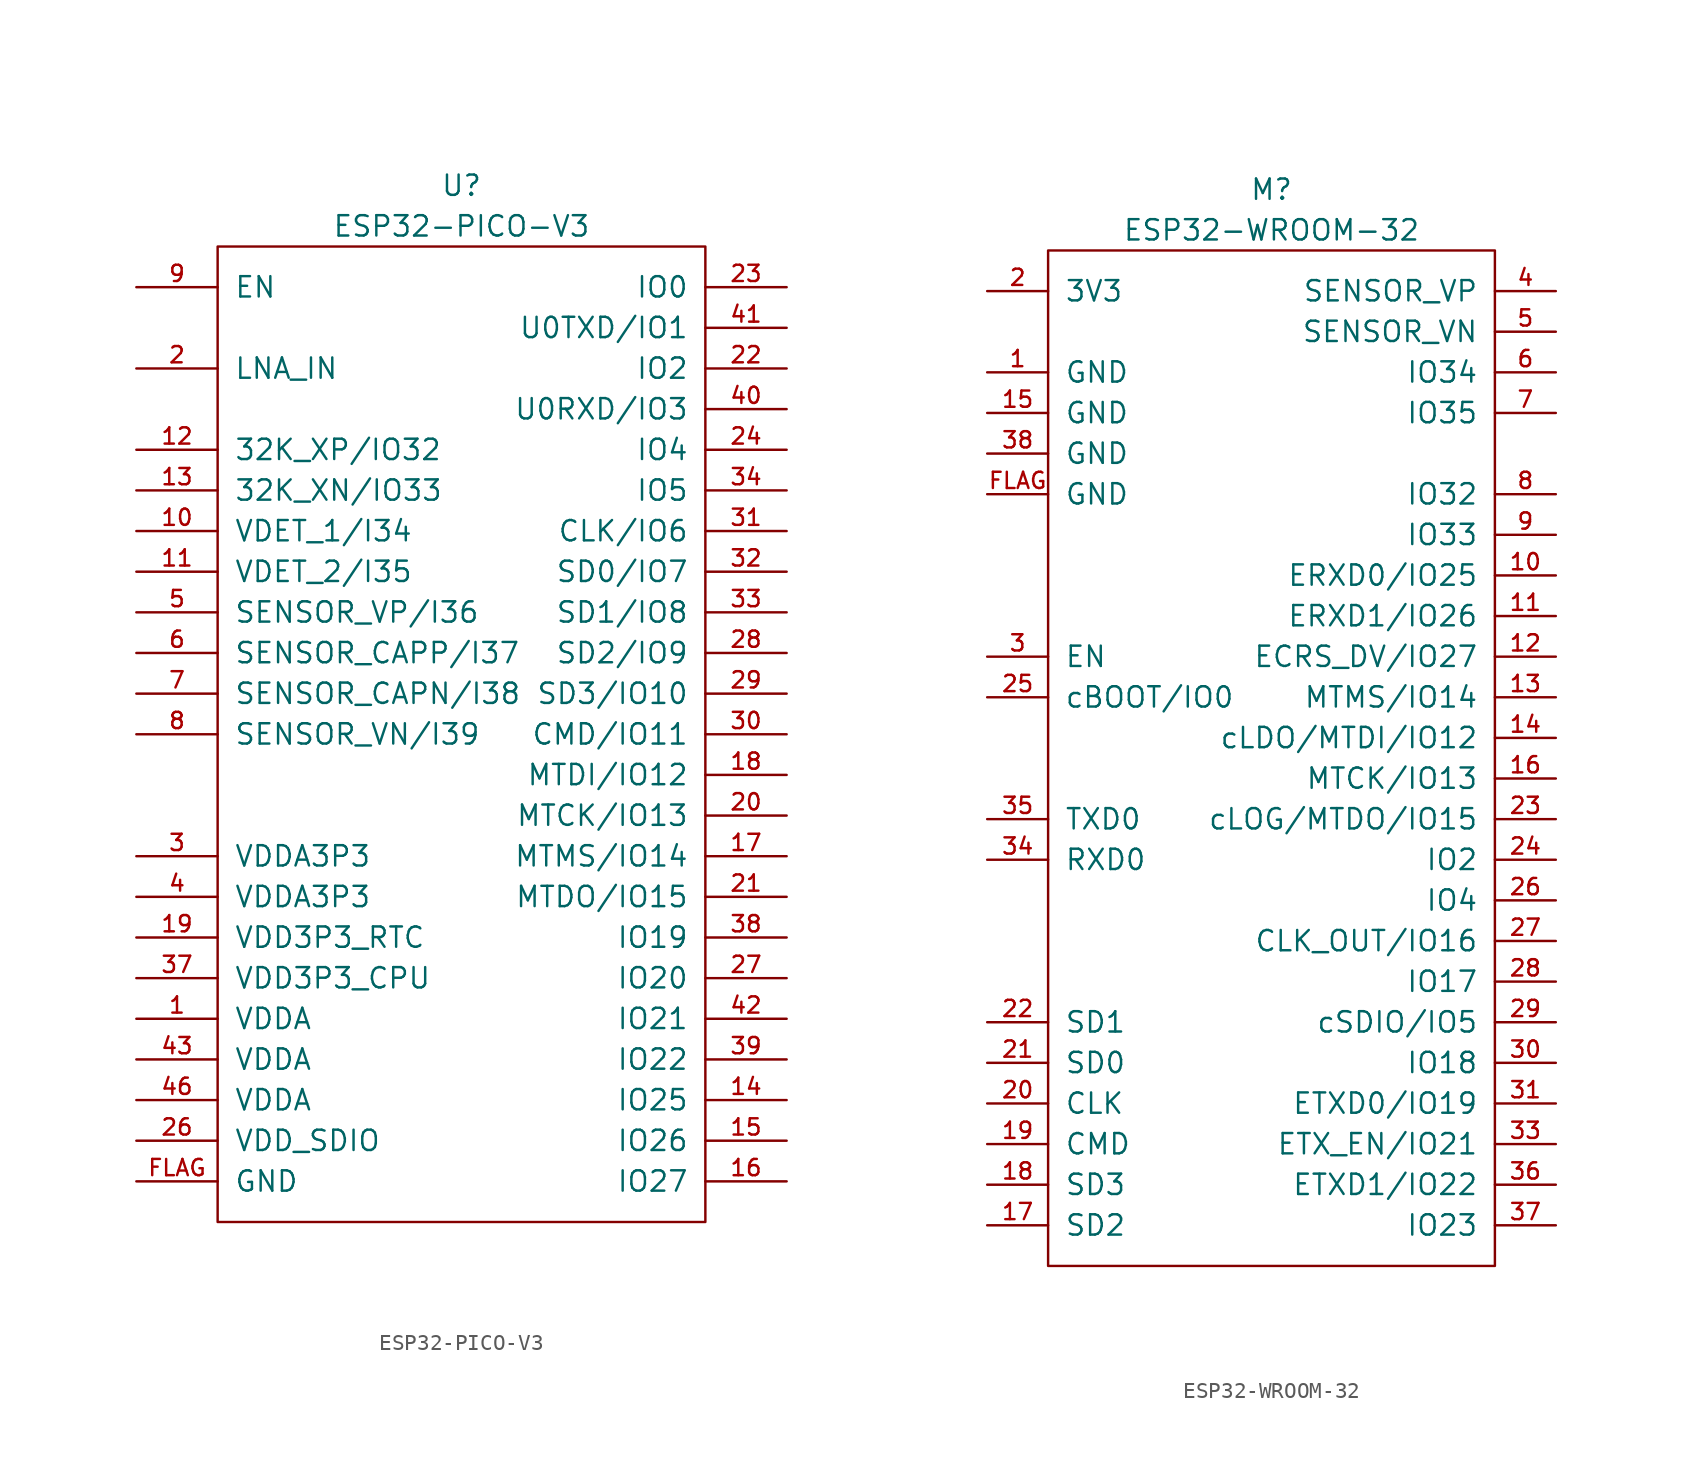
<source format=kicad_sym>
(kicad_symbol_lib
  (version 20211014)
  (generator kicad_symbol_editor)
  (symbol "ESP32-PICO-V3"
    (pin_names
      (offset 1.016))
    (property "Reference" "U"
      (at 0 3.81 0)
      (effects (font (size 1.27 1.27))))
    (property "Value" "ESP32-PICO-V3"
      (at 0 1.27 0)
      (effects (font (size 1.27 1.27))))
    (symbol "ESP32-PICO-V3_0_1"
      (rectangle (start -15.24 0) (end 15.24 -60.96) (stroke (width 0) (type default) (color 0 0 0 0)) (fill (type none))))
    (symbol "ESP32-PICO-V3_1_1"
      (pin power_in line (at -20.32 -48.26 0) (length 5.08) (name "VDDA" (effects (font (size 1.27 1.27)))) (number "1" (effects (font (size 1.016 1.016)))))
      (pin input line (at -20.32 -17.78 0) (length 5.08) (name "VDET_1/I34" (effects (font (size 1.27 1.27)))) (number "10" (effects (font (size 1.016 1.016)))))
      (pin input line (at -20.32 -20.32 0) (length 5.08) (name "VDET_2/I35" (effects (font (size 1.27 1.27)))) (number "11" (effects (font (size 1.016 1.016)))))
      (pin tri_state line (at -20.32 -12.7 0) (length 5.08) (name "32K_XP/IO32" (effects (font (size 1.27 1.27)))) (number "12" (effects (font (size 1.016 1.016)))))
      (pin tri_state line (at -20.32 -15.24 0) (length 5.08) (name "32K_XN/IO33" (effects (font (size 1.27 1.27)))) (number "13" (effects (font (size 1.016 1.016)))))
      (pin tri_state line (at 20.32 -53.34 180) (length 5.08) (name "IO25" (effects (font (size 1.27 1.27)))) (number "14" (effects (font (size 1.016 1.016)))))
      (pin tri_state line (at 20.32 -55.88 180) (length 5.08) (name "IO26" (effects (font (size 1.27 1.27)))) (number "15" (effects (font (size 1.016 1.016)))))
      (pin tri_state line (at 20.32 -58.42 180) (length 5.08) (name "IO27" (effects (font (size 1.27 1.27)))) (number "16" (effects (font (size 1.016 1.016)))))
      (pin tri_state line (at 20.32 -38.1 180) (length 5.08) (name "MTMS/IO14" (effects (font (size 1.27 1.27)))) (number "17" (effects (font (size 1.016 1.016)))))
      (pin tri_state line (at 20.32 -33.02 180) (length 5.08) (name "MTDI/IO12" (effects (font (size 1.27 1.27)))) (number "18" (effects (font (size 1.016 1.016)))))
      (pin power_in line (at -20.32 -43.18 0) (length 5.08) (name "VDD3P3_RTC" (effects (font (size 1.27 1.27)))) (number "19" (effects (font (size 1.016 1.016)))))
      (pin passive line (at -20.32 -7.62 0) (length 5.08) (name "LNA_IN" (effects (font (size 1.27 1.27)))) (number "2" (effects (font (size 1.016 1.016)))))
      (pin tri_state line (at 20.32 -35.56 180) (length 5.08) (name "MTCK/IO13" (effects (font (size 1.27 1.27)))) (number "20" (effects (font (size 1.016 1.016)))))
      (pin tri_state line (at 20.32 -40.64 180) (length 5.08) (name "MTDO/IO15" (effects (font (size 1.27 1.27)))) (number "21" (effects (font (size 1.016 1.016)))))
      (pin tri_state line (at 20.32 -7.62 180) (length 5.08) (name "IO2" (effects (font (size 1.27 1.27)))) (number "22" (effects (font (size 1.016 1.016)))))
      (pin tri_state line (at 20.32 -2.54 180) (length 5.08) (name "IO0" (effects (font (size 1.27 1.27)))) (number "23" (effects (font (size 1.016 1.016)))))
      (pin tri_state line (at 20.32 -12.7 180) (length 5.08) (name "IO4" (effects (font (size 1.27 1.27)))) (number "24" (effects (font (size 1.016 1.016)))))
      (pin power_out line (at -20.32 -55.88 0) (length 5.08) (name "VDD_SDIO" (effects (font (size 1.27 1.27)))) (number "26" (effects (font (size 1.016 1.016)))))
      (pin tri_state line (at 20.32 -45.72 180) (length 5.08) (name "IO20" (effects (font (size 1.27 1.27)))) (number "27" (effects (font (size 1.016 1.016)))))
      (pin tri_state line (at 20.32 -25.4 180) (length 5.08) (name "SD2/IO9" (effects (font (size 1.27 1.27)))) (number "28" (effects (font (size 1.016 1.016)))))
      (pin tri_state line (at 20.32 -27.94 180) (length 5.08) (name "SD3/IO10" (effects (font (size 1.27 1.27)))) (number "29" (effects (font (size 1.016 1.016)))))
      (pin power_in line (at -20.32 -38.1 0) (length 5.08) (name "VDDA3P3" (effects (font (size 1.27 1.27)))) (number "3" (effects (font (size 1.016 1.016)))))
      (pin tri_state line (at 20.32 -30.48 180) (length 5.08) (name "CMD/IO11" (effects (font (size 1.27 1.27)))) (number "30" (effects (font (size 1.016 1.016)))))
      (pin tri_state line (at 20.32 -17.78 180) (length 5.08) (name "CLK/IO6" (effects (font (size 1.27 1.27)))) (number "31" (effects (font (size 1.016 1.016)))))
      (pin tri_state line (at 20.32 -20.32 180) (length 5.08) (name "SD0/IO7" (effects (font (size 1.27 1.27)))) (number "32" (effects (font (size 1.016 1.016)))))
      (pin tri_state line (at 20.32 -22.86 180) (length 5.08) (name "SD1/IO8" (effects (font (size 1.27 1.27)))) (number "33" (effects (font (size 1.016 1.016)))))
      (pin tri_state line (at 20.32 -15.24 180) (length 5.08) (name "IO5" (effects (font (size 1.27 1.27)))) (number "34" (effects (font (size 1.016 1.016)))))
      (pin power_in line (at -20.32 -45.72 0) (length 5.08) (name "VDD3P3_CPU" (effects (font (size 1.27 1.27)))) (number "37" (effects (font (size 1.016 1.016)))))
      (pin tri_state line (at 20.32 -43.18 180) (length 5.08) (name "IO19" (effects (font (size 1.27 1.27)))) (number "38" (effects (font (size 1.016 1.016)))))
      (pin tri_state line (at 20.32 -50.8 180) (length 5.08) (name "IO22" (effects (font (size 1.27 1.27)))) (number "39" (effects (font (size 1.016 1.016)))))
      (pin power_in line (at -20.32 -40.64 0) (length 5.08) (name "VDDA3P3" (effects (font (size 1.27 1.27)))) (number "4" (effects (font (size 1.016 1.016)))))
      (pin tri_state line (at 20.32 -10.16 180) (length 5.08) (name "U0RXD/IO3" (effects (font (size 1.27 1.27)))) (number "40" (effects (font (size 1.016 1.016)))))
      (pin tri_state line (at 20.32 -5.08 180) (length 5.08) (name "U0TXD/IO1" (effects (font (size 1.27 1.27)))) (number "41" (effects (font (size 1.016 1.016)))))
      (pin tri_state line (at 20.32 -48.26 180) (length 5.08) (name "IO21" (effects (font (size 1.27 1.27)))) (number "42" (effects (font (size 1.016 1.016)))))
      (pin power_in line (at -20.32 -50.8 0) (length 5.08) (name "VDDA" (effects (font (size 1.27 1.27)))) (number "43" (effects (font (size 1.016 1.016)))))
      (pin power_in line (at -20.32 -53.34 0) (length 5.08) (name "VDDA" (effects (font (size 1.27 1.27)))) (number "46" (effects (font (size 1.016 1.016)))))
      (pin input line (at -20.32 -22.86 0) (length 5.08) (name "SENSOR_VP/I36" (effects (font (size 1.27 1.27)))) (number "5" (effects (font (size 1.016 1.016)))))
      (pin input line (at -20.32 -25.4 0) (length 5.08) (name "SENSOR_CAPP/I37" (effects (font (size 1.27 1.27)))) (number "6" (effects (font (size 1.016 1.016)))))
      (pin input line (at -20.32 -27.94 0) (length 5.08) (name "SENSOR_CAPN/I38" (effects (font (size 1.27 1.27)))) (number "7" (effects (font (size 1.016 1.016)))))
      (pin input line (at -20.32 -30.48 0) (length 5.08) (name "SENSOR_VN/I39" (effects (font (size 1.27 1.27)))) (number "8" (effects (font (size 1.016 1.016)))))
      (pin input line (at -20.32 -2.54 0) (length 5.08) (name "EN" (effects (font (size 1.27 1.27)))) (number "9" (effects (font (size 1.016 1.016)))))
      (pin power_in line (at -20.32 -58.42 0) (length 5.08) (name "GND" (effects (font (size 1.27 1.27)))) (number "FLAG" (effects (font (size 1.016 1.016)))))))
  (symbol "ESP32-WROOM-32"
    (pin_names
      (offset 1.016))
    (property "Reference" "M"
      (at 0 35.56 0)
      (effects (font (size 1.27 1.27))))
    (property "Value" "ESP32-WROOM-32"
      (at 0 33.02 0)
      (effects (font (size 1.27 1.27))))
    (symbol "ESP32-WROOM-32_0_1"
      (rectangle (start -13.97 31.75) (end 13.97 -31.75) (stroke (width 0) (type default) (color 0 0 0 0)) (fill (type none))))
    (symbol "ESP32-WROOM-32_1_1"
      (pin power_in line (at -17.78 24.13 0) (length 3.81) (name "GND" (effects (font (size 1.27 1.27)))) (number "1" (effects (font (size 1.016 1.016)))))
      (pin tri_state line (at 17.78 11.43 180) (length 3.81) (name "ERXD0/IO25" (effects (font (size 1.27 1.27)))) (number "10" (effects (font (size 1.016 1.016)))))
      (pin tri_state line (at 17.78 8.89 180) (length 3.81) (name "ERXD1/IO26" (effects (font (size 1.27 1.27)))) (number "11" (effects (font (size 1.016 1.016)))))
      (pin tri_state line (at 17.78 6.35 180) (length 3.81) (name "ECRS_DV/IO27" (effects (font (size 1.27 1.27)))) (number "12" (effects (font (size 1.016 1.016)))))
      (pin tri_state line (at 17.78 3.81 180) (length 3.81) (name "MTMS/IO14" (effects (font (size 1.27 1.27)))) (number "13" (effects (font (size 1.016 1.016)))))
      (pin tri_state line (at 17.78 1.27 180) (length 3.81) (name "cLDO/MTDI/IO12" (effects (font (size 1.27 1.27)))) (number "14" (effects (font (size 1.016 1.016)))))
      (pin power_in line (at -17.78 21.59 0) (length 3.81) (name "GND" (effects (font (size 1.27 1.27)))) (number "15" (effects (font (size 1.016 1.016)))))
      (pin tri_state line (at 17.78 -1.27 180) (length 3.81) (name "MTCK/IO13" (effects (font (size 1.27 1.27)))) (number "16" (effects (font (size 1.016 1.016)))))
      (pin tri_state line (at -17.78 -29.21 0) (length 3.81) (name "SD2" (effects (font (size 1.27 1.27)))) (number "17" (effects (font (size 1.016 1.016)))))
      (pin tri_state line (at -17.78 -26.67 0) (length 3.81) (name "SD3" (effects (font (size 1.27 1.27)))) (number "18" (effects (font (size 1.016 1.016)))))
      (pin tri_state line (at -17.78 -24.13 0) (length 3.81) (name "CMD" (effects (font (size 1.27 1.27)))) (number "19" (effects (font (size 1.016 1.016)))))
      (pin power_in line (at -17.78 29.21 0) (length 3.81) (name "3V3" (effects (font (size 1.27 1.27)))) (number "2" (effects (font (size 1.016 1.016)))))
      (pin tri_state line (at -17.78 -21.59 0) (length 3.81) (name "CLK" (effects (font (size 1.27 1.27)))) (number "20" (effects (font (size 1.016 1.016)))))
      (pin tri_state line (at -17.78 -19.05 0) (length 3.81) (name "SD0" (effects (font (size 1.27 1.27)))) (number "21" (effects (font (size 1.016 1.016)))))
      (pin tri_state line (at -17.78 -16.51 0) (length 3.81) (name "SD1" (effects (font (size 1.27 1.27)))) (number "22" (effects (font (size 1.016 1.016)))))
      (pin tri_state line (at 17.78 -3.81 180) (length 3.81) (name "cLOG/MTDO/IO15" (effects (font (size 1.27 1.27)))) (number "23" (effects (font (size 1.016 1.016)))))
      (pin tri_state line (at 17.78 -6.35 180) (length 3.81) (name "IO2" (effects (font (size 1.27 1.27)))) (number "24" (effects (font (size 1.016 1.016)))))
      (pin tri_state line (at -17.78 3.81 0) (length 3.81) (name "cBOOT/IO0" (effects (font (size 1.27 1.27)))) (number "25" (effects (font (size 1.016 1.016)))))
      (pin tri_state line (at 17.78 -8.89 180) (length 3.81) (name "IO4" (effects (font (size 1.27 1.27)))) (number "26" (effects (font (size 1.016 1.016)))))
      (pin tri_state line (at 17.78 -11.43 180) (length 3.81) (name "CLK_OUT/IO16" (effects (font (size 1.27 1.27)))) (number "27" (effects (font (size 1.016 1.016)))))
      (pin tri_state line (at 17.78 -13.97 180) (length 3.81) (name "IO17" (effects (font (size 1.27 1.27)))) (number "28" (effects (font (size 1.016 1.016)))))
      (pin tri_state line (at 17.78 -16.51 180) (length 3.81) (name "cSDIO/IO5" (effects (font (size 1.27 1.27)))) (number "29" (effects (font (size 1.016 1.016)))))
      (pin input line (at -17.78 6.35 0) (length 3.81) (name "EN" (effects (font (size 1.27 1.27)))) (number "3" (effects (font (size 1.016 1.016)))))
      (pin tri_state line (at 17.78 -19.05 180) (length 3.81) (name "IO18" (effects (font (size 1.27 1.27)))) (number "30" (effects (font (size 1.016 1.016)))))
      (pin tri_state line (at 17.78 -21.59 180) (length 3.81) (name "ETXD0/IO19" (effects (font (size 1.27 1.27)))) (number "31" (effects (font (size 1.016 1.016)))))
      (pin tri_state line (at 17.78 -24.13 180) (length 3.81) (name "ETX_EN/IO21" (effects (font (size 1.27 1.27)))) (number "33" (effects (font (size 1.016 1.016)))))
      (pin input line (at -17.78 -6.35 0) (length 3.81) (name "RXD0" (effects (font (size 1.27 1.27)))) (number "34" (effects (font (size 1.016 1.016)))))
      (pin output line (at -17.78 -3.81 0) (length 3.81) (name "TXD0" (effects (font (size 1.27 1.27)))) (number "35" (effects (font (size 1.016 1.016)))))
      (pin tri_state line (at 17.78 -26.67 180) (length 3.81) (name "ETXD1/IO22" (effects (font (size 1.27 1.27)))) (number "36" (effects (font (size 1.016 1.016)))))
      (pin tri_state line (at 17.78 -29.21 180) (length 3.81) (name "IO23" (effects (font (size 1.27 1.27)))) (number "37" (effects (font (size 1.016 1.016)))))
      (pin power_in line (at -17.78 19.05 0) (length 3.81) (name "GND" (effects (font (size 1.27 1.27)))) (number "38" (effects (font (size 1.016 1.016)))))
      (pin input line (at 17.78 29.21 180) (length 3.81) (name "SENSOR_VP" (effects (font (size 1.27 1.27)))) (number "4" (effects (font (size 1.016 1.016)))))
      (pin input line (at 17.78 26.67 180) (length 3.81) (name "SENSOR_VN" (effects (font (size 1.27 1.27)))) (number "5" (effects (font (size 1.016 1.016)))))
      (pin input line (at 17.78 24.13 180) (length 3.81) (name "IO34" (effects (font (size 1.27 1.27)))) (number "6" (effects (font (size 1.016 1.016)))))
      (pin input line (at 17.78 21.59 180) (length 3.81) (name "IO35" (effects (font (size 1.27 1.27)))) (number "7" (effects (font (size 1.016 1.016)))))
      (pin tri_state line (at 17.78 16.51 180) (length 3.81) (name "IO32" (effects (font (size 1.27 1.27)))) (number "8" (effects (font (size 1.016 1.016)))))
      (pin tri_state line (at 17.78 13.97 180) (length 3.81) (name "IO33" (effects (font (size 1.27 1.27)))) (number "9" (effects (font (size 1.016 1.016)))))
      (pin power_in line (at -17.78 16.51 0) (length 3.81) (name "GND" (effects (font (size 1.27 1.27)))) (number "FLAG" (effects (font (size 1.016 1.016))))))))
</source>
